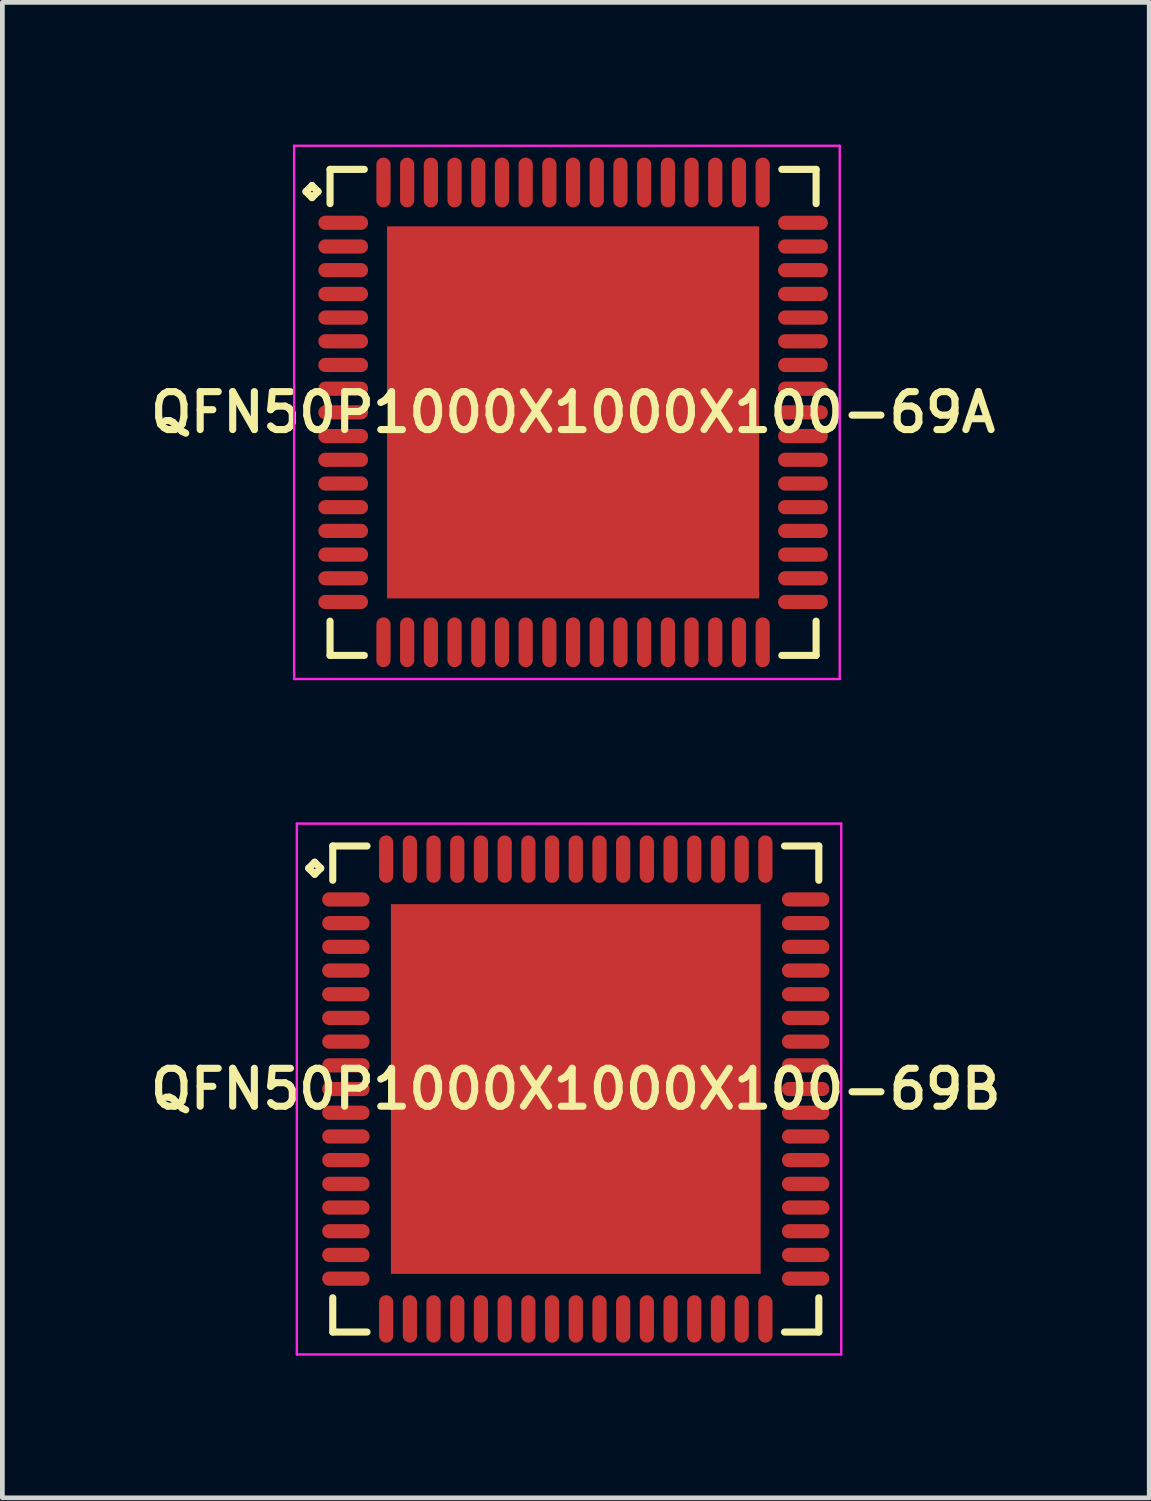
<source format=kicad_pcb>
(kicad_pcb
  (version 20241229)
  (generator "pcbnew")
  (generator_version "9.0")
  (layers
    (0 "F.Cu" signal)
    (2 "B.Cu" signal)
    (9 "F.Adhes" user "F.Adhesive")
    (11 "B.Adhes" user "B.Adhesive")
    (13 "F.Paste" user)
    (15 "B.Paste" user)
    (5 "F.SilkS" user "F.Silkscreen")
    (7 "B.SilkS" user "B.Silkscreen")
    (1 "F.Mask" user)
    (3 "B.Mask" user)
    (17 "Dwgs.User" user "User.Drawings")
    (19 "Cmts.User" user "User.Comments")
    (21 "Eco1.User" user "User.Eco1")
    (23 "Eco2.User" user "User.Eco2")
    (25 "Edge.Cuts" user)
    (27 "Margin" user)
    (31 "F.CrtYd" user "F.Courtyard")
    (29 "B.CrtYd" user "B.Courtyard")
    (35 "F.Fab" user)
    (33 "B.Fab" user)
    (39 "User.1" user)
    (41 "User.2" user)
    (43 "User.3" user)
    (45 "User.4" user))
  (footprint "QFN50P1000X1000X100-69B"
    (layer "F.Cu")
    (at 9.097 19.925)
    (property "Reference" "QFN50P1000X1000X100-69B" (at 0 0 0) (layer "F.SilkS") (effects (font (size 0.8 0.8) (thickness 0.15))))
    (attr smd)
    (fp_line (start -5.635 -4.658) (end -5.508 -4.785) (stroke (width 0.15) (type solid)) (layer "F.SilkS"))
    (fp_line (start -5.508 -4.785) (end -5.381 -4.658) (stroke (width 0.15) (type solid)) (layer "F.SilkS"))
    (fp_line (start -5.508 -4.531) (end -5.635 -4.658) (stroke (width 0.15) (type solid)) (layer "F.SilkS"))
    (fp_line (start -5.381 -4.658) (end -5.508 -4.531) (stroke (width 0.15) (type solid)) (layer "F.SilkS"))
    (fp_line (start -5.127 -5.127) (end -4.404 -5.127) (stroke (width 0.15) (type solid)) (layer "F.SilkS"))
    (fp_line (start -5.127 -4.404) (end -5.127 -5.127) (stroke (width 0.15) (type solid)) (layer "F.SilkS"))
    (fp_line (start -5.127 4.404) (end -5.127 5.127) (stroke (width 0.15) (type solid)) (layer "F.SilkS"))
    (fp_line (start -5.127 5.127) (end -4.404 5.127) (stroke (width 0.15) (type solid)) (layer "F.SilkS"))
    (fp_line (start 4.404 -5.127) (end 5.127 -5.127) (stroke (width 0.15) (type solid)) (layer "F.SilkS"))
    (fp_line (start 4.404 5.127) (end 5.127 5.127) (stroke (width 0.15) (type solid)) (layer "F.SilkS"))
    (fp_line (start 5.127 -5.127) (end 5.127 -4.404) (stroke (width 0.15) (type solid)) (layer "F.SilkS"))
    (fp_line (start 5.127 5.127) (end 5.127 4.404) (stroke (width 0.15) (type solid)) (layer "F.SilkS"))
    (fp_line (start -5.885 -5.6) (end 5.6 -5.6) (stroke (width 0.05) (type solid)) (layer "F.CrtYd"))
    (fp_line (start -5.885 5.6) (end -5.885 -5.6) (stroke (width 0.05) (type solid)) (layer "F.CrtYd"))
    (fp_line (start 5.6 -5.6) (end 5.6 5.6) (stroke (width 0.05) (type solid)) (layer "F.CrtYd"))
    (fp_line (start 5.6 5.6) (end -5.885 5.6) (stroke (width 0.05) (type solid)) (layer "F.CrtYd"))
    (pad "1" smd oval (at -4.85 -4) (size 1 0.3) (layers "F.Cu" "F.Mask" "F.Paste"))
    (pad "2" smd oval (at -4.85 -3.5) (size 1 0.3) (layers "F.Cu" "F.Mask" "F.Paste"))
    (pad "3" smd oval (at -4.85 -3) (size 1 0.3) (layers "F.Cu" "F.Mask" "F.Paste"))
    (pad "4" smd oval (at -4.85 -2.5) (size 1 0.3) (layers "F.Cu" "F.Mask" "F.Paste"))
    (pad "5" smd oval (at -4.85 -2) (size 1 0.3) (layers "F.Cu" "F.Mask" "F.Paste"))
    (pad "6" smd oval (at -4.85 -1.5) (size 1 0.3) (layers "F.Cu" "F.Mask" "F.Paste"))
    (pad "7" smd oval (at -4.85 -1) (size 1 0.3) (layers "F.Cu" "F.Mask" "F.Paste"))
    (pad "8" smd oval (at -4.85 -0.5) (size 1 0.3) (layers "F.Cu" "F.Mask" "F.Paste"))
    (pad "9" smd oval (at -4.85 0) (size 1 0.3) (layers "F.Cu" "F.Mask" "F.Paste"))
    (pad "10" smd oval (at -4.85 0.5) (size 1 0.3) (layers "F.Cu" "F.Mask" "F.Paste"))
    (pad "11" smd oval (at -4.85 1) (size 1 0.3) (layers "F.Cu" "F.Mask" "F.Paste"))
    (pad "12" smd oval (at -4.85 1.5) (size 1 0.3) (layers "F.Cu" "F.Mask" "F.Paste"))
    (pad "13" smd oval (at -4.85 2) (size 1 0.3) (layers "F.Cu" "F.Mask" "F.Paste"))
    (pad "14" smd oval (at -4.85 2.5) (size 1 0.3) (layers "F.Cu" "F.Mask" "F.Paste"))
    (pad "15" smd oval (at -4.85 3) (size 1 0.3) (layers "F.Cu" "F.Mask" "F.Paste"))
    (pad "16" smd oval (at -4.85 3.5) (size 1 0.3) (layers "F.Cu" "F.Mask" "F.Paste"))
    (pad "17" smd oval (at -4.85 4) (size 1 0.3) (layers "F.Cu" "F.Mask" "F.Paste"))
    (pad "18" smd oval (at -4 4.85) (size 0.3 1) (layers "F.Cu" "F.Mask" "F.Paste"))
    (pad "19" smd oval (at -3.5 4.85) (size 0.3 1) (layers "F.Cu" "F.Mask" "F.Paste"))
    (pad "20" smd oval (at -3 4.85) (size 0.3 1) (layers "F.Cu" "F.Mask" "F.Paste"))
    (pad "21" smd oval (at -2.5 4.85) (size 0.3 1) (layers "F.Cu" "F.Mask" "F.Paste"))
    (pad "22" smd oval (at -2 4.85) (size 0.3 1) (layers "F.Cu" "F.Mask" "F.Paste"))
    (pad "23" smd oval (at -1.5 4.85) (size 0.3 1) (layers "F.Cu" "F.Mask" "F.Paste"))
    (pad "24" smd oval (at -1 4.85) (size 0.3 1) (layers "F.Cu" "F.Mask" "F.Paste"))
    (pad "25" smd oval (at -0.5 4.85) (size 0.3 1) (layers "F.Cu" "F.Mask" "F.Paste"))
    (pad "26" smd oval (at 0 4.85) (size 0.3 1) (layers "F.Cu" "F.Mask" "F.Paste"))
    (pad "27" smd oval (at 0.5 4.85) (size 0.3 1) (layers "F.Cu" "F.Mask" "F.Paste"))
    (pad "28" smd oval (at 1 4.85) (size 0.3 1) (layers "F.Cu" "F.Mask" "F.Paste"))
    (pad "29" smd oval (at 1.5 4.85) (size 0.3 1) (layers "F.Cu" "F.Mask" "F.Paste"))
    (pad "30" smd oval (at 2 4.85) (size 0.3 1) (layers "F.Cu" "F.Mask" "F.Paste"))
    (pad "31" smd oval (at 2.5 4.85) (size 0.3 1) (layers "F.Cu" "F.Mask" "F.Paste"))
    (pad "32" smd oval (at 3 4.85) (size 0.3 1) (layers "F.Cu" "F.Mask" "F.Paste"))
    (pad "33" smd oval (at 3.5 4.85) (size 0.3 1) (layers "F.Cu" "F.Mask" "F.Paste"))
    (pad "34" smd oval (at 4 4.85) (size 0.3 1) (layers "F.Cu" "F.Mask" "F.Paste"))
    (pad "35" smd oval (at 4.85 4) (size 1 0.3) (layers "F.Cu" "F.Mask" "F.Paste"))
    (pad "36" smd oval (at 4.85 3.5) (size 1 0.3) (layers "F.Cu" "F.Mask" "F.Paste"))
    (pad "37" smd oval (at 4.85 3) (size 1 0.3) (layers "F.Cu" "F.Mask" "F.Paste"))
    (pad "38" smd oval (at 4.85 2.5) (size 1 0.3) (layers "F.Cu" "F.Mask" "F.Paste"))
    (pad "39" smd oval (at 4.85 2) (size 1 0.3) (layers "F.Cu" "F.Mask" "F.Paste"))
    (pad "40" smd oval (at 4.85 1.5) (size 1 0.3) (layers "F.Cu" "F.Mask" "F.Paste"))
    (pad "41" smd oval (at 4.85 1) (size 1 0.3) (layers "F.Cu" "F.Mask" "F.Paste"))
    (pad "42" smd oval (at 4.85 0.5) (size 1 0.3) (layers "F.Cu" "F.Mask" "F.Paste"))
    (pad "43" smd oval (at 4.85 0) (size 1 0.3) (layers "F.Cu" "F.Mask" "F.Paste"))
    (pad "44" smd oval (at 4.85 -0.5) (size 1 0.3) (layers "F.Cu" "F.Mask" "F.Paste"))
    (pad "45" smd oval (at 4.85 -1) (size 1 0.3) (layers "F.Cu" "F.Mask" "F.Paste"))
    (pad "46" smd oval (at 4.85 -1.5) (size 1 0.3) (layers "F.Cu" "F.Mask" "F.Paste"))
    (pad "47" smd oval (at 4.85 -2) (size 1 0.3) (layers "F.Cu" "F.Mask" "F.Paste"))
    (pad "48" smd oval (at 4.85 -2.5) (size 1 0.3) (layers "F.Cu" "F.Mask" "F.Paste"))
    (pad "49" smd oval (at 4.85 -3) (size 1 0.3) (layers "F.Cu" "F.Mask" "F.Paste"))
    (pad "50" smd oval (at 4.85 -3.5) (size 1 0.3) (layers "F.Cu" "F.Mask" "F.Paste"))
    (pad "51" smd oval (at 4.85 -4) (size 1 0.3) (layers "F.Cu" "F.Mask" "F.Paste"))
    (pad "52" smd oval (at 4 -4.85) (size 0.3 1) (layers "F.Cu" "F.Mask" "F.Paste"))
    (pad "53" smd oval (at 3.5 -4.85) (size 0.3 1) (layers "F.Cu" "F.Mask" "F.Paste"))
    (pad "54" smd oval (at 3 -4.85) (size 0.3 1) (layers "F.Cu" "F.Mask" "F.Paste"))
    (pad "55" smd oval (at 2.5 -4.85) (size 0.3 1) (layers "F.Cu" "F.Mask" "F.Paste"))
    (pad "56" smd oval (at 2 -4.85) (size 0.3 1) (layers "F.Cu" "F.Mask" "F.Paste"))
    (pad "57" smd oval (at 1.5 -4.85) (size 0.3 1) (layers "F.Cu" "F.Mask" "F.Paste"))
    (pad "58" smd oval (at 1 -4.85) (size 0.3 1) (layers "F.Cu" "F.Mask" "F.Paste"))
    (pad "59" smd oval (at 0.5 -4.85) (size 0.3 1) (layers "F.Cu" "F.Mask" "F.Paste"))
    (pad "60" smd oval (at 0 -4.85) (size 0.3 1) (layers "F.Cu" "F.Mask" "F.Paste"))
    (pad "61" smd oval (at -0.5 -4.85) (size 0.3 1) (layers "F.Cu" "F.Mask" "F.Paste"))
    (pad "62" smd oval (at -1 -4.85) (size 0.3 1) (layers "F.Cu" "F.Mask" "F.Paste"))
    (pad "63" smd oval (at -1.5 -4.85) (size 0.3 1) (layers "F.Cu" "F.Mask" "F.Paste"))
    (pad "64" smd oval (at -2 -4.85) (size 0.3 1) (layers "F.Cu" "F.Mask" "F.Paste"))
    (pad "65" smd oval (at -2.5 -4.85) (size 0.3 1) (layers "F.Cu" "F.Mask" "F.Paste"))
    (pad "66" smd oval (at -3 -4.85) (size 0.3 1) (layers "F.Cu" "F.Mask" "F.Paste"))
    (pad "67" smd oval (at -3.5 -4.85) (size 0.3 1) (layers "F.Cu" "F.Mask" "F.Paste"))
    (pad "68" smd oval (at -4 -4.85) (size 0.3 1) (layers "F.Cu" "F.Mask" "F.Paste"))
    (pad "69" smd rect (at 0 0) (size 7.8 7.8) (layers "F.Cu" "F.Mask" "F.Paste")))
  (footprint "QFN50P1000X1000X100-69A"
    (layer "F.Cu")
    (at 9.04 5.65)
    (property "Reference" "QFN50P1000X1000X100-69A" (at 0 0 0) (layer "F.SilkS") (effects (font (size 0.8 0.8) (thickness 0.15))))
    (attr smd)
    (fp_line (start -5.635 -4.658) (end -5.508 -4.785) (stroke (width 0.15) (type solid)) (layer "F.SilkS"))
    (fp_line (start -5.508 -4.785) (end -5.381 -4.658) (stroke (width 0.15) (type solid)) (layer "F.SilkS"))
    (fp_line (start -5.508 -4.531) (end -5.635 -4.658) (stroke (width 0.15) (type solid)) (layer "F.SilkS"))
    (fp_line (start -5.381 -4.658) (end -5.508 -4.531) (stroke (width 0.15) (type solid)) (layer "F.SilkS"))
    (fp_line (start -5.127 -5.127) (end -4.404 -5.127) (stroke (width 0.15) (type solid)) (layer "F.SilkS"))
    (fp_line (start -5.127 -4.404) (end -5.127 -5.127) (stroke (width 0.15) (type solid)) (layer "F.SilkS"))
    (fp_line (start -5.127 4.404) (end -5.127 5.127) (stroke (width 0.15) (type solid)) (layer "F.SilkS"))
    (fp_line (start -5.127 5.127) (end -4.404 5.127) (stroke (width 0.15) (type solid)) (layer "F.SilkS"))
    (fp_line (start 4.404 -5.127) (end 5.127 -5.127) (stroke (width 0.15) (type solid)) (layer "F.SilkS"))
    (fp_line (start 4.404 5.127) (end 5.127 5.127) (stroke (width 0.15) (type solid)) (layer "F.SilkS"))
    (fp_line (start 5.127 -5.127) (end 5.127 -4.404) (stroke (width 0.15) (type solid)) (layer "F.SilkS"))
    (fp_line (start 5.127 5.127) (end 5.127 4.404) (stroke (width 0.15) (type solid)) (layer "F.SilkS"))
    (fp_line (start -5.885 -5.625) (end 5.625 -5.625) (stroke (width 0.05) (type solid)) (layer "F.CrtYd"))
    (fp_line (start -5.885 5.625) (end -5.885 -5.625) (stroke (width 0.05) (type solid)) (layer "F.CrtYd"))
    (fp_line (start 5.625 -5.625) (end 5.625 5.625) (stroke (width 0.05) (type solid)) (layer "F.CrtYd"))
    (fp_line (start 5.625 5.625) (end -5.885 5.625) (stroke (width 0.05) (type solid)) (layer "F.CrtYd"))
    (pad "1" smd oval (at -4.85 -4) (size 1.05 0.3) (layers "F.Cu" "F.Mask" "F.Paste"))
    (pad "2" smd oval (at -4.85 -3.5) (size 1.05 0.3) (layers "F.Cu" "F.Mask" "F.Paste"))
    (pad "3" smd oval (at -4.85 -3) (size 1.05 0.3) (layers "F.Cu" "F.Mask" "F.Paste"))
    (pad "4" smd oval (at -4.85 -2.5) (size 1.05 0.3) (layers "F.Cu" "F.Mask" "F.Paste"))
    (pad "5" smd oval (at -4.85 -2) (size 1.05 0.3) (layers "F.Cu" "F.Mask" "F.Paste"))
    (pad "6" smd oval (at -4.85 -1.5) (size 1.05 0.3) (layers "F.Cu" "F.Mask" "F.Paste"))
    (pad "7" smd oval (at -4.85 -1) (size 1.05 0.3) (layers "F.Cu" "F.Mask" "F.Paste"))
    (pad "8" smd oval (at -4.85 -0.5) (size 1.05 0.3) (layers "F.Cu" "F.Mask" "F.Paste"))
    (pad "9" smd oval (at -4.85 0) (size 1.05 0.3) (layers "F.Cu" "F.Mask" "F.Paste"))
    (pad "10" smd oval (at -4.85 0.5) (size 1.05 0.3) (layers "F.Cu" "F.Mask" "F.Paste"))
    (pad "11" smd oval (at -4.85 1) (size 1.05 0.3) (layers "F.Cu" "F.Mask" "F.Paste"))
    (pad "12" smd oval (at -4.85 1.5) (size 1.05 0.3) (layers "F.Cu" "F.Mask" "F.Paste"))
    (pad "13" smd oval (at -4.85 2) (size 1.05 0.3) (layers "F.Cu" "F.Mask" "F.Paste"))
    (pad "14" smd oval (at -4.85 2.5) (size 1.05 0.3) (layers "F.Cu" "F.Mask" "F.Paste"))
    (pad "15" smd oval (at -4.85 3) (size 1.05 0.3) (layers "F.Cu" "F.Mask" "F.Paste"))
    (pad "16" smd oval (at -4.85 3.5) (size 1.05 0.3) (layers "F.Cu" "F.Mask" "F.Paste"))
    (pad "17" smd oval (at -4.85 4) (size 1.05 0.3) (layers "F.Cu" "F.Mask" "F.Paste"))
    (pad "18" smd oval (at -4 4.85) (size 0.3 1.05) (layers "F.Cu" "F.Mask" "F.Paste"))
    (pad "19" smd oval (at -3.5 4.85) (size 0.3 1.05) (layers "F.Cu" "F.Mask" "F.Paste"))
    (pad "20" smd oval (at -3 4.85) (size 0.3 1.05) (layers "F.Cu" "F.Mask" "F.Paste"))
    (pad "21" smd oval (at -2.5 4.85) (size 0.3 1.05) (layers "F.Cu" "F.Mask" "F.Paste"))
    (pad "22" smd oval (at -2 4.85) (size 0.3 1.05) (layers "F.Cu" "F.Mask" "F.Paste"))
    (pad "23" smd oval (at -1.5 4.85) (size 0.3 1.05) (layers "F.Cu" "F.Mask" "F.Paste"))
    (pad "24" smd oval (at -1 4.85) (size 0.3 1.05) (layers "F.Cu" "F.Mask" "F.Paste"))
    (pad "25" smd oval (at -0.5 4.85) (size 0.3 1.05) (layers "F.Cu" "F.Mask" "F.Paste"))
    (pad "26" smd oval (at 0 4.85) (size 0.3 1.05) (layers "F.Cu" "F.Mask" "F.Paste"))
    (pad "27" smd oval (at 0.5 4.85) (size 0.3 1.05) (layers "F.Cu" "F.Mask" "F.Paste"))
    (pad "28" smd oval (at 1 4.85) (size 0.3 1.05) (layers "F.Cu" "F.Mask" "F.Paste"))
    (pad "29" smd oval (at 1.5 4.85) (size 0.3 1.05) (layers "F.Cu" "F.Mask" "F.Paste"))
    (pad "30" smd oval (at 2 4.85) (size 0.3 1.05) (layers "F.Cu" "F.Mask" "F.Paste"))
    (pad "31" smd oval (at 2.5 4.85) (size 0.3 1.05) (layers "F.Cu" "F.Mask" "F.Paste"))
    (pad "32" smd oval (at 3 4.85) (size 0.3 1.05) (layers "F.Cu" "F.Mask" "F.Paste"))
    (pad "33" smd oval (at 3.5 4.85) (size 0.3 1.05) (layers "F.Cu" "F.Mask" "F.Paste"))
    (pad "34" smd oval (at 4 4.85) (size 0.3 1.05) (layers "F.Cu" "F.Mask" "F.Paste"))
    (pad "35" smd oval (at 4.85 4) (size 1.05 0.3) (layers "F.Cu" "F.Mask" "F.Paste"))
    (pad "36" smd oval (at 4.85 3.5) (size 1.05 0.3) (layers "F.Cu" "F.Mask" "F.Paste"))
    (pad "37" smd oval (at 4.85 3) (size 1.05 0.3) (layers "F.Cu" "F.Mask" "F.Paste"))
    (pad "38" smd oval (at 4.85 2.5) (size 1.05 0.3) (layers "F.Cu" "F.Mask" "F.Paste"))
    (pad "39" smd oval (at 4.85 2) (size 1.05 0.3) (layers "F.Cu" "F.Mask" "F.Paste"))
    (pad "40" smd oval (at 4.85 1.5) (size 1.05 0.3) (layers "F.Cu" "F.Mask" "F.Paste"))
    (pad "41" smd oval (at 4.85 1) (size 1.05 0.3) (layers "F.Cu" "F.Mask" "F.Paste"))
    (pad "42" smd oval (at 4.85 0.5) (size 1.05 0.3) (layers "F.Cu" "F.Mask" "F.Paste"))
    (pad "43" smd oval (at 4.85 0) (size 1.05 0.3) (layers "F.Cu" "F.Mask" "F.Paste"))
    (pad "44" smd oval (at 4.85 -0.5) (size 1.05 0.3) (layers "F.Cu" "F.Mask" "F.Paste"))
    (pad "45" smd oval (at 4.85 -1) (size 1.05 0.3) (layers "F.Cu" "F.Mask" "F.Paste"))
    (pad "46" smd oval (at 4.85 -1.5) (size 1.05 0.3) (layers "F.Cu" "F.Mask" "F.Paste"))
    (pad "47" smd oval (at 4.85 -2) (size 1.05 0.3) (layers "F.Cu" "F.Mask" "F.Paste"))
    (pad "48" smd oval (at 4.85 -2.5) (size 1.05 0.3) (layers "F.Cu" "F.Mask" "F.Paste"))
    (pad "49" smd oval (at 4.85 -3) (size 1.05 0.3) (layers "F.Cu" "F.Mask" "F.Paste"))
    (pad "50" smd oval (at 4.85 -3.5) (size 1.05 0.3) (layers "F.Cu" "F.Mask" "F.Paste"))
    (pad "51" smd oval (at 4.85 -4) (size 1.05 0.3) (layers "F.Cu" "F.Mask" "F.Paste"))
    (pad "52" smd oval (at 4 -4.85) (size 0.3 1.05) (layers "F.Cu" "F.Mask" "F.Paste"))
    (pad "53" smd oval (at 3.5 -4.85) (size 0.3 1.05) (layers "F.Cu" "F.Mask" "F.Paste"))
    (pad "54" smd oval (at 3 -4.85) (size 0.3 1.05) (layers "F.Cu" "F.Mask" "F.Paste"))
    (pad "55" smd oval (at 2.5 -4.85) (size 0.3 1.05) (layers "F.Cu" "F.Mask" "F.Paste"))
    (pad "56" smd oval (at 2 -4.85) (size 0.3 1.05) (layers "F.Cu" "F.Mask" "F.Paste"))
    (pad "57" smd oval (at 1.5 -4.85) (size 0.3 1.05) (layers "F.Cu" "F.Mask" "F.Paste"))
    (pad "58" smd oval (at 1 -4.85) (size 0.3 1.05) (layers "F.Cu" "F.Mask" "F.Paste"))
    (pad "59" smd oval (at 0.5 -4.85) (size 0.3 1.05) (layers "F.Cu" "F.Mask" "F.Paste"))
    (pad "60" smd oval (at 0 -4.85) (size 0.3 1.05) (layers "F.Cu" "F.Mask" "F.Paste"))
    (pad "61" smd oval (at -0.5 -4.85) (size 0.3 1.05) (layers "F.Cu" "F.Mask" "F.Paste"))
    (pad "62" smd oval (at -1 -4.85) (size 0.3 1.05) (layers "F.Cu" "F.Mask" "F.Paste"))
    (pad "63" smd oval (at -1.5 -4.85) (size 0.3 1.05) (layers "F.Cu" "F.Mask" "F.Paste"))
    (pad "64" smd oval (at -2 -4.85) (size 0.3 1.05) (layers "F.Cu" "F.Mask" "F.Paste"))
    (pad "65" smd oval (at -2.5 -4.85) (size 0.3 1.05) (layers "F.Cu" "F.Mask" "F.Paste"))
    (pad "66" smd oval (at -3 -4.85) (size 0.3 1.05) (layers "F.Cu" "F.Mask" "F.Paste"))
    (pad "67" smd oval (at -3.5 -4.85) (size 0.3 1.05) (layers "F.Cu" "F.Mask" "F.Paste"))
    (pad "68" smd oval (at -4 -4.85) (size 0.3 1.05) (layers "F.Cu" "F.Mask" "F.Paste"))
    (pad "69" smd rect (at 0 0) (size 7.85 7.85) (layers "F.Cu" "F.Mask" "F.Paste")))
  (gr_rect
    (start -3 -3)
    (end 21.195 28.55)
    (stroke (width 0.1) (type default))
    (fill no)
    (layer "Edge.Cuts")))
</source>
